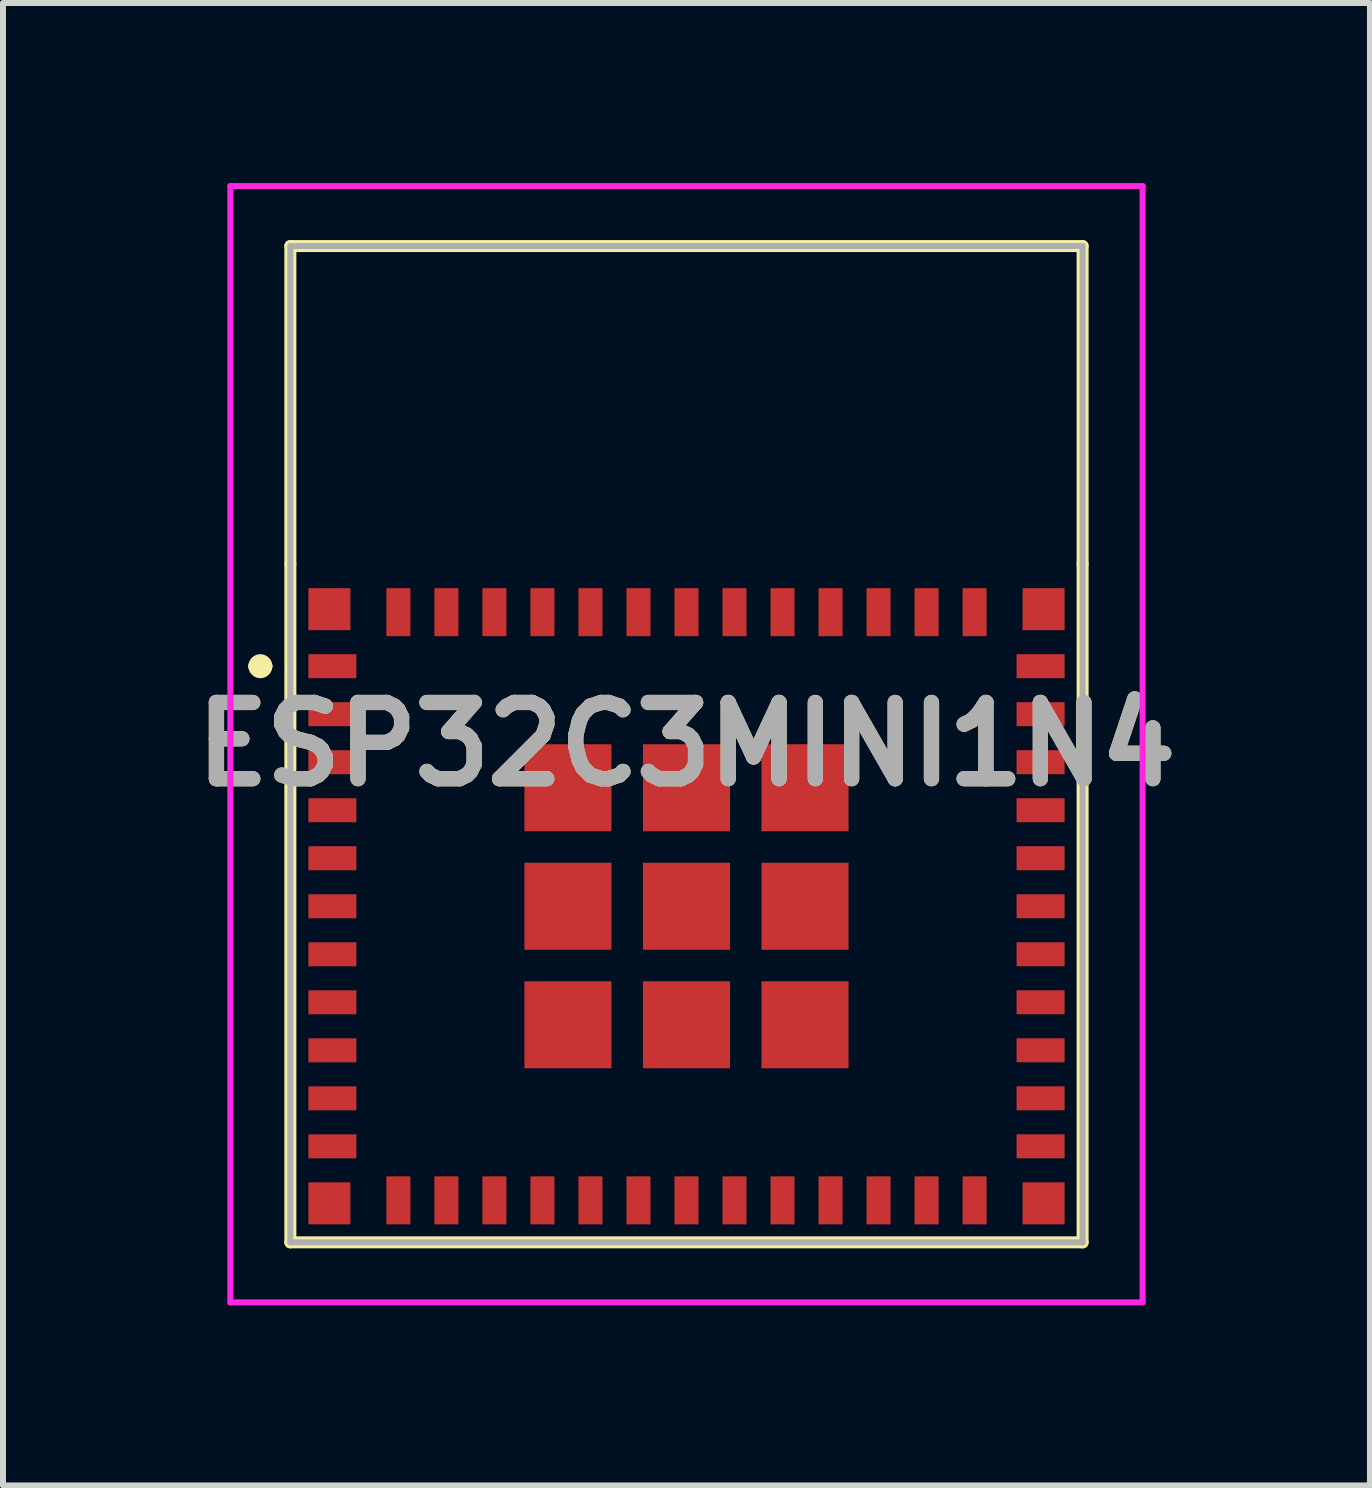
<source format=kicad_pcb>
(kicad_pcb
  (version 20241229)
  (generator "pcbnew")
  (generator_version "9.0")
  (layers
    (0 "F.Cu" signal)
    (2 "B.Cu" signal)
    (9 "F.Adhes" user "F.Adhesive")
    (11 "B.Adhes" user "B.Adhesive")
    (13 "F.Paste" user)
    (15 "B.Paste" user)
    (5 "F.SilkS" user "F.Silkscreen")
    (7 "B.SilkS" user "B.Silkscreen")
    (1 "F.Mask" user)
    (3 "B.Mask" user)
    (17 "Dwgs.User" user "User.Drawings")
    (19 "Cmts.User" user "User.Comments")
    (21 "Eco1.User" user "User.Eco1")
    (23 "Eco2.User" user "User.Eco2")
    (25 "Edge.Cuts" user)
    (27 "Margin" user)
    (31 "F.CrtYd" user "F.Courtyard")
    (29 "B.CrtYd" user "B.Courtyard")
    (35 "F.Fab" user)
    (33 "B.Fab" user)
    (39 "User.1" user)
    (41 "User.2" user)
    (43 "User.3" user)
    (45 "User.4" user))
  (footprint "ESP32C3MINI1N4"
    (layer "F.Cu")
    (at 8.388 12.05)
    (property "Reference" "ESP32C3MINI1N4" (at 0 -2.7 0) (layer "F.SilkS") (effects (font (size 1.27 1.27) (thickness 0.254))))
    (attr smd)
    (fp_line (start -7.2 -4) (end -7.2 -4) (stroke (width 0.2) (type solid)) (layer "F.SilkS"))
    (fp_line (start -7 -4) (end -7 -4) (stroke (width 0.2) (type solid)) (layer "F.SilkS"))
    (fp_line (start -6.6 -11) (end 6.6 -11) (stroke (width 0.2) (type solid)) (layer "F.SilkS"))
    (fp_line (start -6.6 -5.7) (end -6.6 -11) (stroke (width 0.2) (type solid)) (layer "F.SilkS"))
    (fp_line (start -6.6 -5.7) (end -6.6 5.6) (stroke (width 0.2) (type solid)) (layer "F.SilkS"))
    (fp_line (start -6.6 5.6) (end 6.6 5.6) (stroke (width 0.2) (type solid)) (layer "F.SilkS"))
    (fp_line (start 6.6 -11) (end 6.6 -5.7) (stroke (width 0.2) (type solid)) (layer "F.SilkS"))
    (fp_line (start 6.6 5.6) (end 6.6 -5.7) (stroke (width 0.2) (type solid)) (layer "F.SilkS"))
    (fp_arc (start -7.2 -4) (mid -7.1 -4.1) (end -7 -4) (stroke (width 0.2) (type solid)) (layer "F.SilkS"))
    (fp_arc (start -7 -4) (mid -7.1 -3.9) (end -7.2 -4) (stroke (width 0.2) (type solid)) (layer "F.SilkS"))
    (fp_line (start -7.6 -12) (end 7.6 -12) (stroke (width 0.1) (type solid)) (layer "F.CrtYd"))
    (fp_line (start -7.6 6.6) (end -7.6 -12) (stroke (width 0.1) (type solid)) (layer "F.CrtYd"))
    (fp_line (start 7.6 -12) (end 7.6 6.6) (stroke (width 0.1) (type solid)) (layer "F.CrtYd"))
    (fp_line (start 7.6 6.6) (end -7.6 6.6) (stroke (width 0.1) (type solid)) (layer "F.CrtYd"))
    (fp_line (start -6.6 -11) (end 6.6 -11) (stroke (width 0.1) (type solid)) (layer "F.Fab"))
    (fp_line (start -6.6 5.6) (end -6.6 -11) (stroke (width 0.1) (type solid)) (layer "F.Fab"))
    (fp_line (start 6.6 -11) (end 6.6 5.6) (stroke (width 0.1) (type solid)) (layer "F.Fab"))
    (fp_line (start 6.6 5.6) (end -6.6 5.6) (stroke (width 0.1) (type solid)) (layer "F.Fab"))
    (fp_text user "${REFERENCE}" (at 0 -2.7 0) (layer "F.Fab") (effects (font (size 1.27 1.27) (thickness 0.254))))
    (pad "1" smd rect (at -5.9 -4 90) (size 0.4 0.8) (layers "F.Cu" "F.Mask" "F.Paste"))
    (pad "2" smd rect (at -5.9 -3.2 90) (size 0.4 0.8) (layers "F.Cu" "F.Mask" "F.Paste"))
    (pad "3" smd rect (at -5.9 -2.4 90) (size 0.4 0.8) (layers "F.Cu" "F.Mask" "F.Paste"))
    (pad "4" smd rect (at -5.9 -1.6 90) (size 0.4 0.8) (layers "F.Cu" "F.Mask" "F.Paste"))
    (pad "5" smd rect (at -5.9 -0.8 90) (size 0.4 0.8) (layers "F.Cu" "F.Mask" "F.Paste"))
    (pad "6" smd rect (at -5.9 0 90) (size 0.4 0.8) (layers "F.Cu" "F.Mask" "F.Paste"))
    (pad "7" smd rect (at -5.9 0.8 90) (size 0.4 0.8) (layers "F.Cu" "F.Mask" "F.Paste"))
    (pad "8" smd rect (at -5.9 1.6 90) (size 0.4 0.8) (layers "F.Cu" "F.Mask" "F.Paste"))
    (pad "9" smd rect (at -5.9 2.4 90) (size 0.4 0.8) (layers "F.Cu" "F.Mask" "F.Paste"))
    (pad "10" smd rect (at -5.9 3.2 90) (size 0.4 0.8) (layers "F.Cu" "F.Mask" "F.Paste"))
    (pad "11" smd rect (at -5.9 4 90) (size 0.4 0.8) (layers "F.Cu" "F.Mask" "F.Paste"))
    (pad "12" smd rect (at -4.8 4.9) (size 0.4 0.8) (layers "F.Cu" "F.Mask" "F.Paste"))
    (pad "13" smd rect (at -4 4.9) (size 0.4 0.8) (layers "F.Cu" "F.Mask" "F.Paste"))
    (pad "14" smd rect (at -3.2 4.9) (size 0.4 0.8) (layers "F.Cu" "F.Mask" "F.Paste"))
    (pad "15" smd rect (at -2.4 4.9) (size 0.4 0.8) (layers "F.Cu" "F.Mask" "F.Paste"))
    (pad "16" smd rect (at -1.6 4.9) (size 0.4 0.8) (layers "F.Cu" "F.Mask" "F.Paste"))
    (pad "17" smd rect (at -0.8 4.9) (size 0.4 0.8) (layers "F.Cu" "F.Mask" "F.Paste"))
    (pad "18" smd rect (at 0 4.9) (size 0.4 0.8) (layers "F.Cu" "F.Mask" "F.Paste"))
    (pad "19" smd rect (at 0.8 4.9) (size 0.4 0.8) (layers "F.Cu" "F.Mask" "F.Paste"))
    (pad "20" smd rect (at 1.6 4.9) (size 0.4 0.8) (layers "F.Cu" "F.Mask" "F.Paste"))
    (pad "21" smd rect (at 2.4 4.9) (size 0.4 0.8) (layers "F.Cu" "F.Mask" "F.Paste"))
    (pad "22" smd rect (at 3.2 4.9) (size 0.4 0.8) (layers "F.Cu" "F.Mask" "F.Paste"))
    (pad "23" smd rect (at 4 4.9) (size 0.4 0.8) (layers "F.Cu" "F.Mask" "F.Paste"))
    (pad "24" smd rect (at 4.8 4.9) (size 0.4 0.8) (layers "F.Cu" "F.Mask" "F.Paste"))
    (pad "25" smd rect (at 5.9 4 90) (size 0.4 0.8) (layers "F.Cu" "F.Mask" "F.Paste"))
    (pad "26" smd rect (at 5.9 3.2 90) (size 0.4 0.8) (layers "F.Cu" "F.Mask" "F.Paste"))
    (pad "27" smd rect (at 5.9 2.4 90) (size 0.4 0.8) (layers "F.Cu" "F.Mask" "F.Paste"))
    (pad "28" smd rect (at 5.9 1.6 90) (size 0.4 0.8) (layers "F.Cu" "F.Mask" "F.Paste"))
    (pad "29" smd rect (at 5.9 0.8 90) (size 0.4 0.8) (layers "F.Cu" "F.Mask" "F.Paste"))
    (pad "30" smd rect (at 5.9 0 90) (size 0.4 0.8) (layers "F.Cu" "F.Mask" "F.Paste"))
    (pad "31" smd rect (at 5.9 -0.8 90) (size 0.4 0.8) (layers "F.Cu" "F.Mask" "F.Paste"))
    (pad "32" smd rect (at 5.9 -1.6 90) (size 0.4 0.8) (layers "F.Cu" "F.Mask" "F.Paste"))
    (pad "33" smd rect (at 5.9 -2.4 90) (size 0.4 0.8) (layers "F.Cu" "F.Mask" "F.Paste"))
    (pad "34" smd rect (at 5.9 -3.2 90) (size 0.4 0.8) (layers "F.Cu" "F.Mask" "F.Paste"))
    (pad "35" smd rect (at 5.9 -4 90) (size 0.4 0.8) (layers "F.Cu" "F.Mask" "F.Paste"))
    (pad "36" smd rect (at 4.8 -4.9) (size 0.4 0.8) (layers "F.Cu" "F.Mask" "F.Paste"))
    (pad "37" smd rect (at 4 -4.9) (size 0.4 0.8) (layers "F.Cu" "F.Mask" "F.Paste"))
    (pad "38" smd rect (at 3.2 -4.9) (size 0.4 0.8) (layers "F.Cu" "F.Mask" "F.Paste"))
    (pad "39" smd rect (at 2.4 -4.9) (size 0.4 0.8) (layers "F.Cu" "F.Mask" "F.Paste"))
    (pad "40" smd rect (at 1.6 -4.9) (size 0.4 0.8) (layers "F.Cu" "F.Mask" "F.Paste"))
    (pad "41" smd rect (at 0.8 -4.9) (size 0.4 0.8) (layers "F.Cu" "F.Mask" "F.Paste"))
    (pad "42" smd rect (at 0 -4.9) (size 0.4 0.8) (layers "F.Cu" "F.Mask" "F.Paste"))
    (pad "43" smd rect (at -0.8 -4.9) (size 0.4 0.8) (layers "F.Cu" "F.Mask" "F.Paste"))
    (pad "44" smd rect (at -1.6 -4.9) (size 0.4 0.8) (layers "F.Cu" "F.Mask" "F.Paste"))
    (pad "45" smd rect (at -2.4 -4.9) (size 0.4 0.8) (layers "F.Cu" "F.Mask" "F.Paste"))
    (pad "46" smd rect (at -3.2 -4.9) (size 0.4 0.8) (layers "F.Cu" "F.Mask" "F.Paste"))
    (pad "47" smd rect (at -4 -4.9) (size 0.4 0.8) (layers "F.Cu" "F.Mask" "F.Paste"))
    (pad "48" smd rect (at -4.8 -4.9) (size 0.4 0.8) (layers "F.Cu" "F.Mask" "F.Paste"))
    (pad "49" smd rect (at 0 0) (size 1.45 1.45) (layers "F.Cu" "F.Mask" "F.Paste"))
    (pad "50" smd rect (at 1.975 -1.975) (size 1.45 1.45) (layers "F.Cu" "F.Mask" "F.Paste"))
    (pad "51" smd rect (at 0 -1.975) (size 1.45 1.45) (layers "F.Cu" "F.Mask" "F.Paste"))
    (pad "52" smd rect (at -1.975 -1.975) (size 1.45 1.45) (layers "F.Cu" "F.Mask" "F.Paste"))
    (pad "53" smd rect (at -1.975 0) (size 1.45 1.45) (layers "F.Cu" "F.Mask" "F.Paste"))
    (pad "54" smd rect (at -1.975 1.975) (size 1.45 1.45) (layers "F.Cu" "F.Mask" "F.Paste"))
    (pad "55" smd rect (at 0 1.975) (size 1.45 1.45) (layers "F.Cu" "F.Mask" "F.Paste"))
    (pad "56" smd rect (at 1.975 1.975) (size 1.45 1.45) (layers "F.Cu" "F.Mask" "F.Paste"))
    (pad "57" smd rect (at 1.975 0) (size 1.45 1.45) (layers "F.Cu" "F.Mask" "F.Paste"))
    (pad "58" smd rect (at -5.95 -4.95) (size 0.7 0.7) (layers "F.Cu" "F.Mask" "F.Paste"))
    (pad "59" smd rect (at -5.95 4.95) (size 0.7 0.7) (layers "F.Cu" "F.Mask" "F.Paste"))
    (pad "60" smd rect (at 5.95 4.95) (size 0.7 0.7) (layers "F.Cu" "F.Mask" "F.Paste"))
    (pad "61" smd rect (at 5.95 -4.95) (size 0.7 0.7) (layers "F.Cu" "F.Mask" "F.Paste")))
  (gr_rect
    (start -3 -3)
    (end 19.776 21.7)
    (stroke (width 0.1) (type default))
    (fill no)
    (layer "Edge.Cuts")))
</source>
